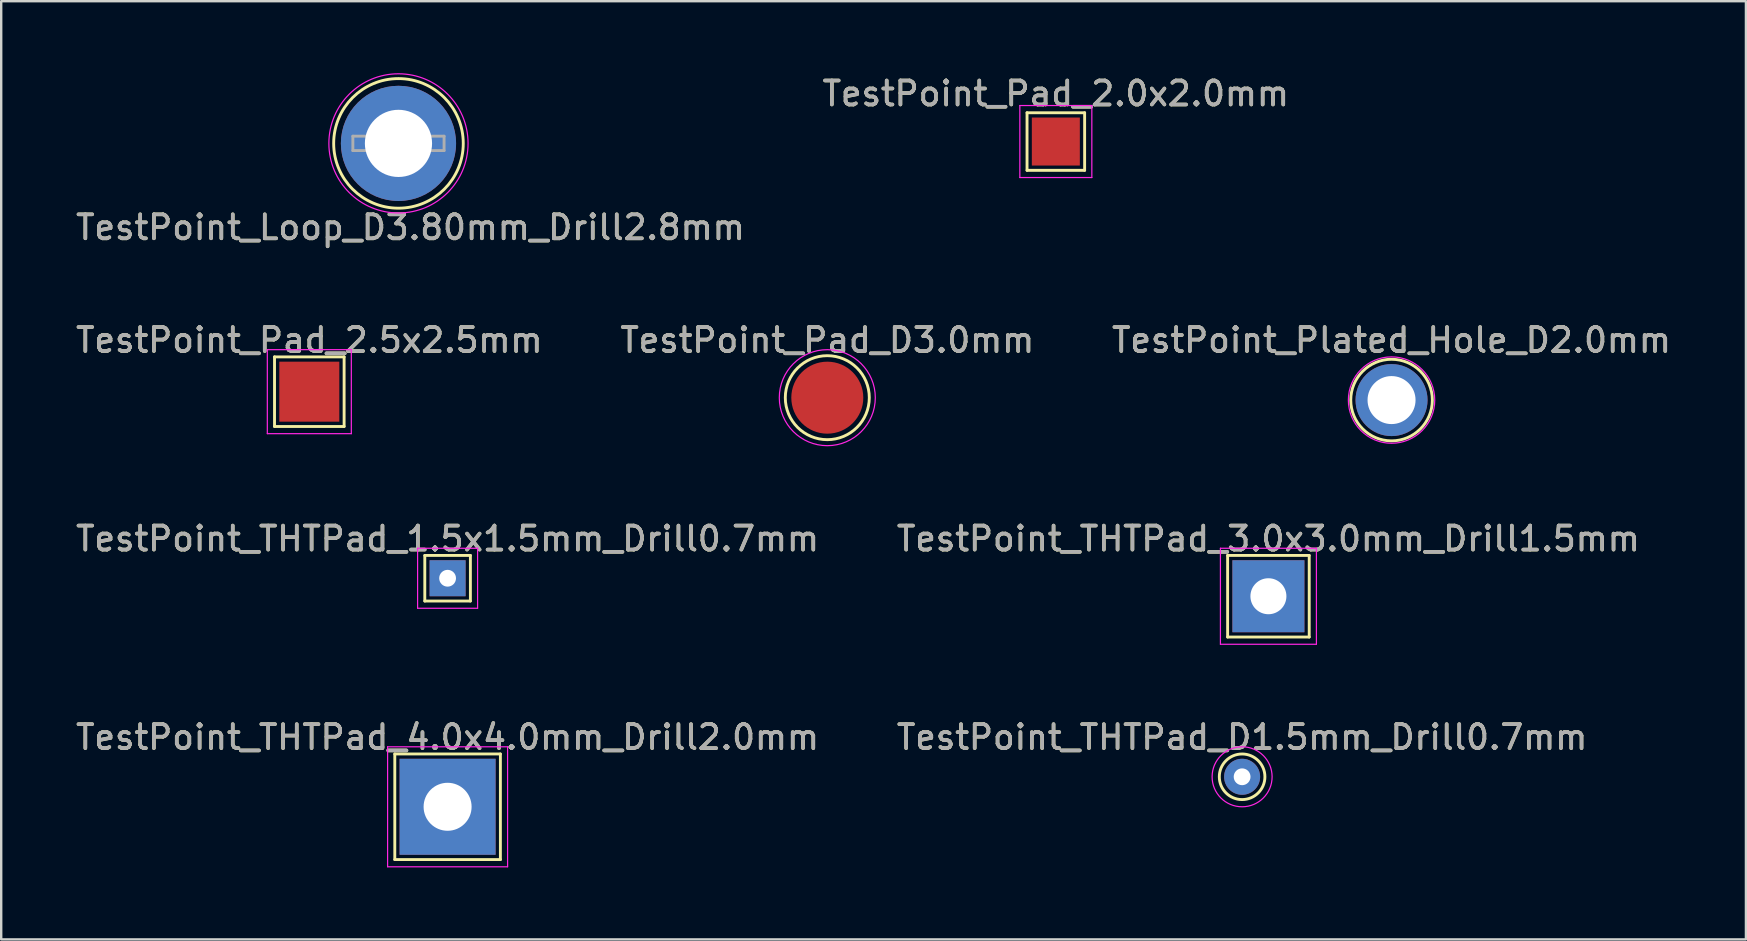
<source format=kicad_pcb>
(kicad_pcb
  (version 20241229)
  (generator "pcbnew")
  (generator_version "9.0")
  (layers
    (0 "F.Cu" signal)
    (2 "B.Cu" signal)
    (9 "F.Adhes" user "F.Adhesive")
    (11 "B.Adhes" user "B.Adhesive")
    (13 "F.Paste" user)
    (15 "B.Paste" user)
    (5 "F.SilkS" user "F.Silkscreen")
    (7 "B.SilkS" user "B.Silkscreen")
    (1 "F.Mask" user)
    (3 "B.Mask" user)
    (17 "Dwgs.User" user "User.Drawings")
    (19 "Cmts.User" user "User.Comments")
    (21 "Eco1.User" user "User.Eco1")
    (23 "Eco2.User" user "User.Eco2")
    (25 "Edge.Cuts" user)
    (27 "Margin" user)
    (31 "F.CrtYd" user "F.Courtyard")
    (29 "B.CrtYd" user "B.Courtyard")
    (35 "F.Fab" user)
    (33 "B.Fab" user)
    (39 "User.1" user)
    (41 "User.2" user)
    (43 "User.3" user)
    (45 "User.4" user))
  (footprint "TestPoint_THTPad_D1.5mm_Drill0.7mm"
    (layer "F.Cu")
    (at 48.708 29.318)
    (property "Reference" "TestPoint_THTPad_D1.5mm_Drill0.7mm" (at 0 -1.648 0) (layer "F.SilkS") (effects (font (size 1 1) (thickness 0.15))))
    (attr exclude_from_pos_files exclude_from_bom)
    (fp_circle (center 0 0) (end 0 0.95) (stroke (width 0.12) (type solid)) (fill no) (layer "F.SilkS"))
    (fp_circle (center 0 0) (end 1.25 0) (stroke (width 0.05) (type solid)) (fill no) (layer "F.CrtYd"))
    (fp_text user "${REFERENCE}" (at 0 -1.65 0) (layer "F.Fab") (effects (font (size 1 1) (thickness 0.15))))
    (pad "" np_thru_hole circle (at 0 0) (size 1.5 1.5) (drill 0.7) (layers "*.Cu" "*.Mask")))
  (footprint "TestPoint_THTPad_4.0x4.0mm_Drill2.0mm"
    (layer "F.Cu")
    (at 15.601 30.568)
    (property "Reference" "TestPoint_THTPad_4.0x4.0mm_Drill2.0mm" (at 0 -2.898 0) (layer "F.SilkS") (effects (font (size 1 1) (thickness 0.15))))
    (attr exclude_from_pos_files exclude_from_bom)
    (fp_line (start -2.2 -2.2) (end 2.2 -2.2) (stroke (width 0.12) (type solid)) (layer "F.SilkS"))
    (fp_line (start -2.2 2.2) (end -2.2 -2.2) (stroke (width 0.12) (type solid)) (layer "F.SilkS"))
    (fp_line (start 2.2 -2.2) (end 2.2 2.2) (stroke (width 0.12) (type solid)) (layer "F.SilkS"))
    (fp_line (start 2.2 2.2) (end -2.2 2.2) (stroke (width 0.12) (type solid)) (layer "F.SilkS"))
    (fp_line (start -2.5 -2.5) (end -2.5 2.5) (stroke (width 0.05) (type solid)) (layer "F.CrtYd"))
    (fp_line (start -2.5 -2.5) (end 2.5 -2.5) (stroke (width 0.05) (type solid)) (layer "F.CrtYd"))
    (fp_line (start 2.5 2.5) (end -2.5 2.5) (stroke (width 0.05) (type solid)) (layer "F.CrtYd"))
    (fp_line (start 2.5 2.5) (end 2.5 -2.5) (stroke (width 0.05) (type solid)) (layer "F.CrtYd"))
    (fp_text user "${REFERENCE}" (at 0 -2.9 0) (layer "F.Fab") (effects (font (size 1 1) (thickness 0.15))))
    (pad "" np_thru_hole rect (at 0 0) (size 4 4) (drill 2) (layers "*.Cu" "*.Mask")))
  (footprint "TestPoint_Plated_Hole_D2.0mm"
    (layer "F.Cu")
    (at 54.935 13.621)
    (property "Reference" "TestPoint_Plated_Hole_D2.0mm" (at 0 -2.498 0) (layer "F.SilkS") (effects (font (size 1 1) (thickness 0.15))))
    (attr exclude_from_pos_files exclude_from_bom)
    (fp_circle (center 0 0) (end 0 -1.7) (stroke (width 0.12) (type solid)) (fill no) (layer "F.SilkS"))
    (fp_circle (center 0 0) (end 1.8 0) (stroke (width 0.05) (type solid)) (fill no) (layer "F.CrtYd"))
    (fp_text user "${REFERENCE}" (at 0 -2.5 0) (layer "F.Fab") (effects (font (size 1 1) (thickness 0.15))))
    (pad "1" thru_hole circle (at 0 0) (size 3 3) (drill 2) (layers "*.Cu" "*.Mask")))
  (footprint "TestPoint_THTPad_3.0x3.0mm_Drill1.5mm"
    (layer "F.Cu")
    (at 49.804 21.795)
    (property "Reference" "TestPoint_THTPad_3.0x3.0mm_Drill1.5mm" (at 0 -2.398 0) (layer "F.SilkS") (effects (font (size 1 1) (thickness 0.15))))
    (attr exclude_from_pos_files exclude_from_bom)
    (fp_line (start -1.7 -1.7) (end 1.7 -1.7) (stroke (width 0.12) (type solid)) (layer "F.SilkS"))
    (fp_line (start -1.7 1.7) (end -1.7 -1.7) (stroke (width 0.12) (type solid)) (layer "F.SilkS"))
    (fp_line (start 1.7 -1.7) (end 1.7 1.7) (stroke (width 0.12) (type solid)) (layer "F.SilkS"))
    (fp_line (start 1.7 1.7) (end -1.7 1.7) (stroke (width 0.12) (type solid)) (layer "F.SilkS"))
    (fp_line (start -2 -2) (end -2 2) (stroke (width 0.05) (type solid)) (layer "F.CrtYd"))
    (fp_line (start -2 -2) (end 2 -2) (stroke (width 0.05) (type solid)) (layer "F.CrtYd"))
    (fp_line (start 2 2) (end -2 2) (stroke (width 0.05) (type solid)) (layer "F.CrtYd"))
    (fp_line (start 2 2) (end 2 -2) (stroke (width 0.05) (type solid)) (layer "F.CrtYd"))
    (fp_text user "${REFERENCE}" (at 0 -2.4 0) (layer "F.Fab") (effects (font (size 1 1) (thickness 0.15))))
    (pad "" np_thru_hole rect (at 0 0) (size 3 3) (drill 1.5) (layers "*.Cu" "*.Mask")))
  (footprint "TestPoint_Pad_2.0x2.0mm"
    (layer "F.Cu")
    (at 40.946 2.848)
    (property "Reference" "TestPoint_Pad_2.0x2.0mm" (at 0 -1.998 0) (layer "F.SilkS") (effects (font (size 1 1) (thickness 0.15))))
    (attr exclude_from_pos_files exclude_from_bom)
    (fp_line (start -1.2 -1.2) (end 1.2 -1.2) (stroke (width 0.12) (type solid)) (layer "F.SilkS"))
    (fp_line (start -1.2 1.2) (end -1.2 -1.2) (stroke (width 0.12) (type solid)) (layer "F.SilkS"))
    (fp_line (start 1.2 -1.2) (end 1.2 1.2) (stroke (width 0.12) (type solid)) (layer "F.SilkS"))
    (fp_line (start 1.2 1.2) (end -1.2 1.2) (stroke (width 0.12) (type solid)) (layer "F.SilkS"))
    (fp_line (start -1.5 -1.5) (end -1.5 1.5) (stroke (width 0.05) (type solid)) (layer "F.CrtYd"))
    (fp_line (start -1.5 -1.5) (end 1.5 -1.5) (stroke (width 0.05) (type solid)) (layer "F.CrtYd"))
    (fp_line (start 1.5 1.5) (end -1.5 1.5) (stroke (width 0.05) (type solid)) (layer "F.CrtYd"))
    (fp_line (start 1.5 1.5) (end 1.5 -1.5) (stroke (width 0.05) (type solid)) (layer "F.CrtYd"))
    (fp_text user "${REFERENCE}" (at 0 -2 0) (layer "F.Fab") (effects (font (size 1 1) (thickness 0.15))))
    (pad "1" smd rect (at 0 0) (size 2 2) (layers "F.Cu" "F.Mask")))
  (footprint "TestPoint_Pad_2.5x2.5mm"
    (layer "F.Cu")
    (at 9.839 13.271)
    (property "Reference" "TestPoint_Pad_2.5x2.5mm" (at 0 -2.148 0) (layer "F.SilkS") (effects (font (size 1 1) (thickness 0.15))))
    (attr exclude_from_pos_files exclude_from_bom)
    (fp_line (start -1.45 -1.45) (end 1.45 -1.45) (stroke (width 0.12) (type solid)) (layer "F.SilkS"))
    (fp_line (start -1.45 1.45) (end -1.45 -1.45) (stroke (width 0.12) (type solid)) (layer "F.SilkS"))
    (fp_line (start 1.45 -1.45) (end 1.45 1.45) (stroke (width 0.12) (type solid)) (layer "F.SilkS"))
    (fp_line (start 1.45 1.45) (end -1.45 1.45) (stroke (width 0.12) (type solid)) (layer "F.SilkS"))
    (fp_line (start -1.75 -1.75) (end -1.75 1.75) (stroke (width 0.05) (type solid)) (layer "F.CrtYd"))
    (fp_line (start -1.75 -1.75) (end 1.75 -1.75) (stroke (width 0.05) (type solid)) (layer "F.CrtYd"))
    (fp_line (start 1.75 1.75) (end -1.75 1.75) (stroke (width 0.05) (type solid)) (layer "F.CrtYd"))
    (fp_line (start 1.75 1.75) (end 1.75 -1.75) (stroke (width 0.05) (type solid)) (layer "F.CrtYd"))
    (fp_text user "${REFERENCE}" (at 0 -2.15 0) (layer "F.Fab") (effects (font (size 1 1) (thickness 0.15))))
    (pad "1" smd rect (at 0 0) (size 2.5 2.5) (layers "F.Cu" "F.Mask")))
  (footprint "TestPoint_Pad_D3.0mm"
    (layer "F.Cu")
    (at 31.423 13.521)
    (property "Reference" "TestPoint_Pad_D3.0mm" (at 0 -2.398 0) (layer "F.SilkS") (effects (font (size 1 1) (thickness 0.15))))
    (attr exclude_from_pos_files exclude_from_bom)
    (fp_circle (center 0 0) (end 0 1.75) (stroke (width 0.12) (type solid)) (fill no) (layer "F.SilkS"))
    (fp_circle (center 0 0) (end 2 0) (stroke (width 0.05) (type solid)) (fill no) (layer "F.CrtYd"))
    (fp_text user "${REFERENCE}" (at 0 -2.4 0) (layer "F.Fab") (effects (font (size 1 1) (thickness 0.15))))
    (pad "1" smd circle (at 0 0) (size 3 3) (layers "F.Cu" "F.Mask")))
  (footprint "TestPoint_THTPad_1.5x1.5mm_Drill0.7mm"
    (layer "F.Cu")
    (at 15.601 21.045)
    (property "Reference" "TestPoint_THTPad_1.5x1.5mm_Drill0.7mm" (at 0 -1.648 0) (layer "F.SilkS") (effects (font (size 1 1) (thickness 0.15))))
    (attr exclude_from_pos_files exclude_from_bom)
    (fp_line (start -0.95 -0.95) (end 0.95 -0.95) (stroke (width 0.12) (type solid)) (layer "F.SilkS"))
    (fp_line (start -0.95 0.95) (end -0.95 -0.95) (stroke (width 0.12) (type solid)) (layer "F.SilkS"))
    (fp_line (start 0.95 -0.95) (end 0.95 0.95) (stroke (width 0.12) (type solid)) (layer "F.SilkS"))
    (fp_line (start 0.95 0.95) (end -0.95 0.95) (stroke (width 0.12) (type solid)) (layer "F.SilkS"))
    (fp_line (start -1.25 -1.25) (end -1.25 1.25) (stroke (width 0.05) (type solid)) (layer "F.CrtYd"))
    (fp_line (start -1.25 -1.25) (end 1.25 -1.25) (stroke (width 0.05) (type solid)) (layer "F.CrtYd"))
    (fp_line (start 1.25 1.25) (end -1.25 1.25) (stroke (width 0.05) (type solid)) (layer "F.CrtYd"))
    (fp_line (start 1.25 1.25) (end 1.25 -1.25) (stroke (width 0.05) (type solid)) (layer "F.CrtYd"))
    (fp_text user "${REFERENCE}" (at 0 -1.65 0) (layer "F.Fab") (effects (font (size 1 1) (thickness 0.15))))
    (pad "" np_thru_hole rect (at 0 0) (size 1.5 1.5) (drill 0.7) (layers "*.Cu" "*.Mask")))
  (footprint "TestPoint_Loop_D3.80mm_Drill2.8mm"
    (layer "F.Cu")
    (at 13.554 2.925)
    (property "Reference" "TestPoint_Loop_D3.80mm_Drill2.8mm" (at 0.5 3.5 0) (layer "F.SilkS") (effects (font (size 1 1) (thickness 0.15))))
    (attr through_hole)
    (fp_circle (center 0 0) (end 2.7 0) (stroke (width 0.12) (type solid)) (fill no) (layer "F.SilkS"))
    (fp_circle (center 0 0) (end 2.9 0) (stroke (width 0.05) (type solid)) (fill no) (layer "F.CrtYd"))
    (fp_line (start -1.9 -0.3) (end -1.9 0.3) (stroke (width 0.12) (type solid)) (layer "F.Fab"))
    (fp_line (start -1.9 0.3) (end 1.9 0.3) (stroke (width 0.12) (type solid)) (layer "F.Fab"))
    (fp_line (start 1.9 -0.3) (end -1.9 -0.3) (stroke (width 0.12) (type solid)) (layer "F.Fab"))
    (fp_line (start 1.9 0.3) (end 1.9 -0.3) (stroke (width 0.12) (type solid)) (layer "F.Fab"))
    (fp_text user "${REFERENCE}" (at 0.5 3.5 0) (layer "F.Fab") (effects (font (size 1 1) (thickness 0.15))))
    (pad "1" thru_hole circle (at 0 0) (size 4.8 4.8) (drill 2.8) (layers "*.Cu" "*.Mask")))
  (gr_rect
    (start -3 -3)
    (end 69.702 36.093)
    (stroke (width 0.1) (type default))
    (fill no)
    (layer "Edge.Cuts")))
</source>
